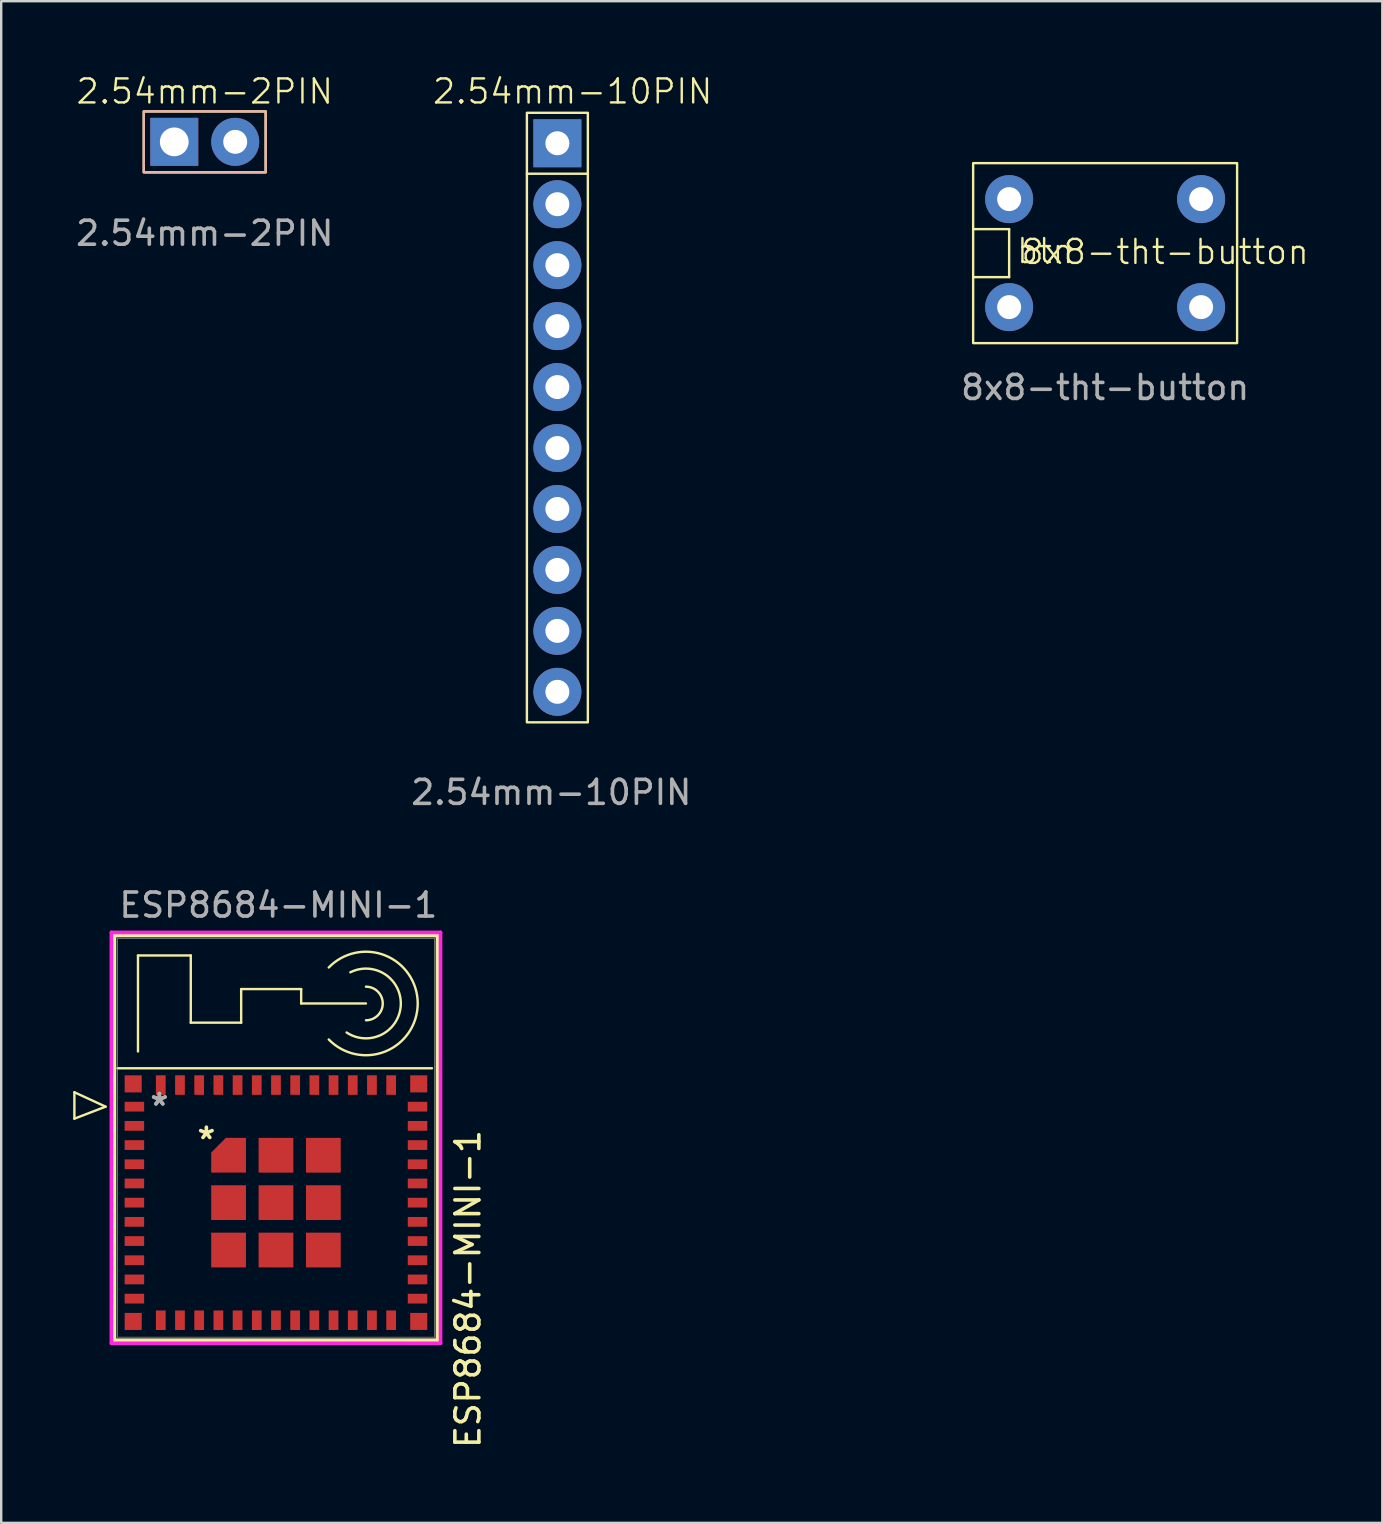
<source format=kicad_pcb>
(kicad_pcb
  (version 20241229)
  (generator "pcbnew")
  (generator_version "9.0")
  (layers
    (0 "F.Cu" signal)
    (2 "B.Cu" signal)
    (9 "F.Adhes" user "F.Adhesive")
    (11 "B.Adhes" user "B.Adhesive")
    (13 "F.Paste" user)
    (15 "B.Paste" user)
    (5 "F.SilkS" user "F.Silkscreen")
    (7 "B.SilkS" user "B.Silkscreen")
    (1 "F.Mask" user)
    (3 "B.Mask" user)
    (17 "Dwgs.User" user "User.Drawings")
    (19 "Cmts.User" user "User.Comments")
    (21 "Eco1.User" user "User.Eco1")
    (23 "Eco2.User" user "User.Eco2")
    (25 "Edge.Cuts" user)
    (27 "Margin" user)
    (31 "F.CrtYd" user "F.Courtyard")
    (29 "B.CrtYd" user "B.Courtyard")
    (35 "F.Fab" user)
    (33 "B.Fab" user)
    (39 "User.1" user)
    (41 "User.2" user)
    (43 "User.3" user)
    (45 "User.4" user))
  (footprint "2.54mm-2PIN"
    (layer "F.Cu")
    (at 5.482 2.861)
    (property "Reference" "2.54mm-2PIN" (at 0 -2.1 0) (unlocked yes) (layer "F.SilkS") (effects (font (size 1 1) (thickness 0.1))))
    (attr through_hole)
    (fp_rect (start -2.54 -1.27) (end 2.54 1.27) (stroke (width 0.1) (type default)) (fill no) (layer "F.SilkS"))
    (fp_rect (start -2.54 -1.27) (end 2.54 1.27) (stroke (width 0.1) (type default)) (fill no) (layer "B.SilkS"))
    (fp_text user "${REFERENCE}" (at 0 3.81 0) (unlocked yes) (layer "F.Fab") (effects (font (size 1 1) (thickness 0.15))))
    (pad "1" thru_hole rect (at -1.27 0) (size 2 2) (drill 1.2) (layers "*.Cu" "*.Mask"))
    (pad "2" thru_hole circle (at 1.27 0) (size 2 2) (drill 1) (layers "*.Cu" "*.Mask")))
  (footprint "8x8-tht-button"
    (layer "F.Cu")
    (at 43.003 7.498)
    (property "Reference" "8x8-tht-button" (at 2.5 -0.05 0) (unlocked yes) (layer "F.SilkS") (effects (font (size 1 1) (thickness 0.1))))
    (attr through_hole)
    (fp_line (start -4 -1) (end -5.5 -1) (stroke (width 0.1) (type default)) (layer "F.SilkS"))
    (fp_line (start -4 -1) (end -4 1) (stroke (width 0.1) (type default)) (layer "F.SilkS"))
    (fp_line (start -4 1) (end -5.5 1) (stroke (width 0.1) (type default)) (layer "F.SilkS"))
    (fp_rect (start -5.5 -3.75) (end 5.5 3.75) (stroke (width 0.1) (type default)) (fill no) (layer "F.SilkS"))
    (fp_line (start -4 -2.25) (end 4 -2.25) (stroke (width 0.1) (type default)) (layer "User.1"))
    (fp_line (start -4 2.25) (end 4 2.25) (stroke (width 0.1) (type default)) (layer "User.1"))
    (fp_line (start 0 -2.25) (end 0 -0.3) (stroke (width 0.1) (type default)) (layer "User.1"))
    (fp_line (start 0 1.15) (end -0.8 -0.15) (stroke (width 0.1) (type default)) (layer "User.1"))
    (fp_line (start 0 2.25) (end 0 1.15) (stroke (width 0.1) (type default)) (layer "User.1"))
    (fp_text user "btn" (at -3.75 0.5 0) (unlocked yes) (layer "F.SilkS") (effects (font (size 1 1) (thickness 0.1)) (justify left bottom)))
    (fp_text user "${REFERENCE}" (at 0 5.6 0) (unlocked yes) (layer "F.Fab") (effects (font (size 1 1) (thickness 0.15))))
    (dimension (type aligned) (layer "User.1") (pts (xy 39.003 5.248) (xy 47.003 5.248)) (height -3.25) (format (prefix "") (suffix "") (units 3) (units_format 1) (precision 4)) (style (thickness 0.1) (arrow_length 1.27) (text_position_mode 0) (arrow_direction outward) (extension_height 0.586) (extension_offset 0.5) (keep_text_aligned yes)) (gr_text "8.0000 mm" (at 43.003 0.848 0) (layer "User.1") (effects (font (size 1 1) (thickness 0.15)))))
    (dimension (type aligned) (layer "User.1") (pts (xy 39.003 5.248) (xy 39.003 9.748)) (height 3.7) (format (prefix "") (suffix "") (units 3) (units_format 1) (precision 4)) (style (thickness 0.1) (arrow_length 1.27) (text_position_mode 0) (arrow_direction outward) (extension_height 0.586) (extension_offset 0.5) (keep_text_aligned yes)) (gr_text "4.5000 mm" (at 34.153 7.498 90) (layer "User.1") (effects (font (size 1 1) (thickness 0.15)))))
    (pad "1" thru_hole circle (at -4 -2.25) (size 2 2) (drill 1) (layers "*.Cu" "*.Mask"))
    (pad "2" thru_hole circle (at 4 -2.25) (size 2 2) (drill 1) (layers "*.Cu" "*.Mask"))
    (pad "3" thru_hole circle (at 4 2.25) (size 2 2) (drill 1) (layers "*.Cu" "*.Mask"))
    (pad "4" thru_hole circle (at -4 2.25) (size 2 2) (drill 1) (layers "*.Cu" "*.Mask")))
  (footprint "2.54mm-10PIN"
    (layer "F.Cu")
    (at 20.177 15.62)
    (property "Reference" "2.54mm-10PIN" (at 0.635 -14.859 0) (unlocked yes) (layer "F.SilkS") (effects (font (size 1 1) (thickness 0.1))))
    (attr through_hole)
    (fp_line (start 1.27 -11.43) (end -1.27 -11.43) (stroke (width 0.1) (type default)) (layer "F.SilkS"))
    (fp_rect (start -1.27 -13.97) (end 1.27 11.43) (stroke (width 0.1) (type default)) (fill no) (layer "F.SilkS"))
    (fp_text user "${REFERENCE}" (at -0.254 14.351 0) (unlocked yes) (layer "F.Fab") (effects (font (size 1 1) (thickness 0.15))))
    (pad "1" thru_hole rect (at 0 -12.7) (size 2 2) (drill 1) (layers "*.Cu" "*.Mask"))
    (pad "2" thru_hole circle (at 0 -10.16) (size 2 2) (drill 1) (layers "*.Cu" "*.Mask"))
    (pad "3" thru_hole circle (at 0 -7.62) (size 2 2) (drill 1) (layers "*.Cu" "*.Mask"))
    (pad "4" thru_hole circle (at 0 -5.08) (size 2 2) (drill 1) (layers "*.Cu" "*.Mask"))
    (pad "5" thru_hole circle (at 0 -2.54) (size 2 2) (drill 1) (layers "*.Cu" "*.Mask"))
    (pad "6" thru_hole circle (at 0 0) (size 2 2) (drill 1) (layers "*.Cu" "*.Mask"))
    (pad "7" thru_hole circle (at 0 2.54) (size 2 2) (drill 1) (layers "*.Cu" "*.Mask"))
    (pad "8" thru_hole circle (at 0 5.08) (size 2 2) (drill 1) (layers "*.Cu" "*.Mask"))
    (pad "9" thru_hole circle (at 0 7.62) (size 2 2) (drill 1) (layers "*.Cu" "*.Mask"))
    (pad "10" thru_hole circle (at 0 10.16) (size 2 2) (drill 1) (layers "*.Cu" "*.Mask")))
  (footprint "ESP8684-MINI-1"
    (layer "F.Cu")
    (at 8.45 44.367)
    (property "Reference" "ESP8684-MINI-1" (at 8 6.3 90) (unlocked yes) (layer "F.SilkS") (effects (font (size 1 1) (thickness 0.15))))
    (attr smd)
    (fp_poly (pts (xy -1.251 0) (xy -2.089 0) (xy -2.699 0.611) (xy -2.699 1.449) (xy -1.251 1.449)) (stroke (width 0) (type solid)) (fill yes) (layer "F.Cu"))
    (fp_poly (pts (xy -1.251 0) (xy -2.089 0) (xy -2.699 0.611) (xy -2.699 1.449) (xy -1.251 1.449)) (stroke (width 0) (type solid)) (fill yes) (layer "F.Mask"))
    (fp_line (start -8.4 -1.9) (end -8.4 -0.8) (stroke (width 0.1) (type default)) (layer "F.SilkS"))
    (fp_line (start -8.4 -0.8) (end -7.1 -1.3) (stroke (width 0.1) (type default)) (layer "F.SilkS"))
    (fp_line (start -7.1 -1.3) (end -8.4 -1.9) (stroke (width 0.1) (type default)) (layer "F.SilkS"))
    (fp_line (start -6.731 -8.433) (end -6.731 8.433) (stroke (width 0.152) (type solid)) (layer "F.SilkS"))
    (fp_line (start -6.731 8.433) (end 6.731 8.433) (stroke (width 0.152) (type solid)) (layer "F.SilkS"))
    (fp_line (start -6.6 -2.9) (end 6.5 -2.9) (stroke (width 0.1) (type default)) (layer "F.SilkS"))
    (fp_line (start -5.75 -7.6) (end -3.55 -7.6) (stroke (width 0.1) (type default)) (layer "F.SilkS"))
    (fp_line (start -5.75 -3.6) (end -5.75 -7.6) (stroke (width 0.1) (type default)) (layer "F.SilkS"))
    (fp_line (start -3.55 -7.6) (end -3.55 -4.8) (stroke (width 0.1) (type default)) (layer "F.SilkS"))
    (fp_line (start -3.55 -4.8) (end -1.45 -4.8) (stroke (width 0.1) (type default)) (layer "F.SilkS"))
    (fp_line (start -1.45 -6.2) (end 1.05 -6.2) (stroke (width 0.1) (type default)) (layer "F.SilkS"))
    (fp_line (start -1.45 -4.8) (end -1.45 -6.2) (stroke (width 0.1) (type default)) (layer "F.SilkS"))
    (fp_line (start 1.05 -6.2) (end 1.05 -5.6) (stroke (width 0.1) (type default)) (layer "F.SilkS"))
    (fp_line (start 1.05 -5.6) (end 3.75 -5.6) (stroke (width 0.1) (type default)) (layer "F.SilkS"))
    (fp_line (start 6.731 -8.433) (end -6.731 -8.433) (stroke (width 0.152) (type solid)) (layer "F.SilkS"))
    (fp_line (start 6.731 8.433) (end 6.731 -8.433) (stroke (width 0.152) (type solid)) (layer "F.SilkS"))
    (fp_arc (start 2.2 -7.1) (mid 5.906965 -5.6) (end 2.2 -4.100001) (stroke (width 0.1) (type default)) (layer "F.SilkS"))
    (fp_arc (start 3.1 -6.9) (mid 5.200636 -5.509686) (end 2.943774 -4.390662) (stroke (width 0.1) (type default)) (layer "F.SilkS"))
    (fp_arc (start 3.75 -6.3) (mid 4.45 -5.6) (end 3.75 -4.9) (stroke (width 0.1) (type default)) (layer "F.SilkS"))
    (fp_poly (pts (xy -1.251 0) (xy -2.089 0) (xy -2.699 0.611) (xy -2.699 1.449) (xy -1.251 1.449)) (stroke (width 0) (type solid)) (fill yes) (layer "F.Paste"))
    (fp_line (start -6.858 -8.56) (end -6.858 8.56) (stroke (width 0.152) (type solid)) (layer "F.CrtYd"))
    (fp_line (start -6.858 8.56) (end 6.858 8.56) (stroke (width 0.152) (type solid)) (layer "F.CrtYd"))
    (fp_line (start 6.858 -8.56) (end -6.858 -8.56) (stroke (width 0.152) (type solid)) (layer "F.CrtYd"))
    (fp_line (start 6.858 8.56) (end 6.858 -8.56) (stroke (width 0.152) (type solid)) (layer "F.CrtYd"))
    (fp_line (start -6.604 -8.306) (end -6.604 8.306) (stroke (width 0.025) (type solid)) (layer "F.Fab"))
    (fp_line (start -6.604 8.306) (end 6.604 8.306) (stroke (width 0.025) (type solid)) (layer "F.Fab"))
    (fp_line (start 6.604 -8.306) (end -6.604 -8.306) (stroke (width 0.025) (type solid)) (layer "F.Fab"))
    (fp_line (start 6.604 8.306) (end 6.604 -8.306) (stroke (width 0.025) (type solid)) (layer "F.Fab"))
    (fp_text user "*" (at -2.9 0.1 0) (unlocked yes) (layer "F.SilkS") (effects (font (size 1 1) (thickness 0.15))))
    (fp_text user "*" (at -4.859 -1.3 0) (unlocked yes) (layer "F.Fab") (effects (font (size 1 1) (thickness 0.15))))
    (fp_text user "${REFERENCE}" (at 0.1 -9.7 0) (unlocked yes) (layer "F.Fab") (effects (font (size 1 1) (thickness 0.15))))
    (fp_text user "*" (at -4.859 -1.3 0) (layer "F.Fab") (effects (font (size 1 1) (thickness 0.15))))
    (pad "1" smd rect (at -5.9 -1.3) (size 0.813 0.406) (layers "F.Cu" "F.Mask" "F.Paste"))
    (pad "2" smd rect (at -5.9 -0.5) (size 0.813 0.406) (layers "F.Cu" "F.Mask" "F.Paste"))
    (pad "3" smd rect (at -5.9 0.3) (size 0.813 0.406) (layers "F.Cu" "F.Mask" "F.Paste"))
    (pad "4" smd rect (at -5.9 1.1) (size 0.813 0.406) (layers "F.Cu" "F.Mask" "F.Paste"))
    (pad "5" smd rect (at -5.9 1.9) (size 0.813 0.406) (layers "F.Cu" "F.Mask" "F.Paste"))
    (pad "6" smd rect (at -5.9 2.7) (size 0.813 0.406) (layers "F.Cu" "F.Mask" "F.Paste"))
    (pad "7" smd rect (at -5.9 3.5) (size 0.813 0.406) (layers "F.Cu" "F.Mask" "F.Paste"))
    (pad "8" smd rect (at -5.9 4.3) (size 0.813 0.406) (layers "F.Cu" "F.Mask" "F.Paste"))
    (pad "9" smd rect (at -5.9 5.1) (size 0.813 0.406) (layers "F.Cu" "F.Mask" "F.Paste"))
    (pad "10" smd rect (at -5.9 5.9) (size 0.813 0.406) (layers "F.Cu" "F.Mask" "F.Paste"))
    (pad "11" smd rect (at -5.9 6.7) (size 0.813 0.406) (layers "F.Cu" "F.Mask" "F.Paste"))
    (pad "12" smd rect (at -4.8 7.6 90) (size 0.813 0.406) (layers "F.Cu" "F.Mask" "F.Paste"))
    (pad "13" smd rect (at -4 7.6 90) (size 0.813 0.406) (layers "F.Cu" "F.Mask" "F.Paste"))
    (pad "14" smd rect (at -3.2 7.6 90) (size 0.813 0.406) (layers "F.Cu" "F.Mask" "F.Paste"))
    (pad "15" smd rect (at -2.4 7.6 90) (size 0.813 0.406) (layers "F.Cu" "F.Mask" "F.Paste"))
    (pad "16" smd rect (at -1.6 7.6 90) (size 0.813 0.406) (layers "F.Cu" "F.Mask" "F.Paste"))
    (pad "17" smd rect (at -0.8 7.6 90) (size 0.813 0.406) (layers "F.Cu" "F.Mask" "F.Paste"))
    (pad "18" smd rect (at 0 7.6 90) (size 0.813 0.406) (layers "F.Cu" "F.Mask" "F.Paste"))
    (pad "19" smd rect (at 0.8 7.6 90) (size 0.813 0.406) (layers "F.Cu" "F.Mask" "F.Paste"))
    (pad "20" smd rect (at 1.6 7.6 90) (size 0.813 0.406) (layers "F.Cu" "F.Mask" "F.Paste"))
    (pad "21" smd rect (at 2.4 7.6 90) (size 0.813 0.406) (layers "F.Cu" "F.Mask" "F.Paste"))
    (pad "22" smd rect (at 3.2 7.6 90) (size 0.813 0.406) (layers "F.Cu" "F.Mask" "F.Paste"))
    (pad "23" smd rect (at 4 7.6 90) (size 0.813 0.406) (layers "F.Cu" "F.Mask" "F.Paste"))
    (pad "24" smd rect (at 4.8 7.6 90) (size 0.813 0.406) (layers "F.Cu" "F.Mask" "F.Paste"))
    (pad "25" smd rect (at 5.9 6.7) (size 0.813 0.406) (layers "F.Cu" "F.Mask" "F.Paste"))
    (pad "26" smd rect (at 5.9 5.9) (size 0.813 0.406) (layers "F.Cu" "F.Mask" "F.Paste"))
    (pad "27" smd rect (at 5.9 5.1) (size 0.813 0.406) (layers "F.Cu" "F.Mask" "F.Paste"))
    (pad "28" smd rect (at 5.9 4.3) (size 0.813 0.406) (layers "F.Cu" "F.Mask" "F.Paste"))
    (pad "29" smd rect (at 5.9 3.5) (size 0.813 0.406) (layers "F.Cu" "F.Mask" "F.Paste"))
    (pad "30" smd rect (at 5.9 2.7) (size 0.813 0.406) (layers "F.Cu" "F.Mask" "F.Paste"))
    (pad "31" smd rect (at 5.9 1.9) (size 0.813 0.406) (layers "F.Cu" "F.Mask" "F.Paste"))
    (pad "32" smd rect (at 5.9 1.1) (size 0.813 0.406) (layers "F.Cu" "F.Mask" "F.Paste"))
    (pad "33" smd rect (at 5.9 0.3) (size 0.813 0.406) (layers "F.Cu" "F.Mask" "F.Paste"))
    (pad "34" smd rect (at 5.9 -0.5) (size 0.813 0.406) (layers "F.Cu" "F.Mask" "F.Paste"))
    (pad "35" smd rect (at 5.9 -1.3) (size 0.813 0.406) (layers "F.Cu" "F.Mask" "F.Paste"))
    (pad "36" smd rect (at 4.8 -2.2 90) (size 0.813 0.406) (layers "F.Cu" "F.Mask" "F.Paste"))
    (pad "37" smd rect (at 4 -2.2 90) (size 0.813 0.406) (layers "F.Cu" "F.Mask" "F.Paste"))
    (pad "38" smd rect (at 3.2 -2.2 90) (size 0.813 0.406) (layers "F.Cu" "F.Mask" "F.Paste"))
    (pad "39" smd rect (at 2.4 -2.2 90) (size 0.813 0.406) (layers "F.Cu" "F.Mask" "F.Paste"))
    (pad "40" smd rect (at 1.6 -2.2 90) (size 0.813 0.406) (layers "F.Cu" "F.Mask" "F.Paste"))
    (pad "41" smd rect (at 0.8 -2.2 90) (size 0.813 0.406) (layers "F.Cu" "F.Mask" "F.Paste"))
    (pad "42" smd rect (at 0 -2.2 90) (size 0.813 0.406) (layers "F.Cu" "F.Mask" "F.Paste"))
    (pad "43" smd rect (at -0.8 -2.2 90) (size 0.813 0.406) (layers "F.Cu" "F.Mask" "F.Paste"))
    (pad "44" smd rect (at -1.6 -2.2 90) (size 0.813 0.406) (layers "F.Cu" "F.Mask" "F.Paste"))
    (pad "45" smd rect (at -2.4 -2.2 90) (size 0.813 0.406) (layers "F.Cu" "F.Mask" "F.Paste"))
    (pad "46" smd rect (at -3.2 -2.2 90) (size 0.813 0.406) (layers "F.Cu" "F.Mask" "F.Paste"))
    (pad "47" smd rect (at -4 -2.2 90) (size 0.813 0.406) (layers "F.Cu" "F.Mask" "F.Paste"))
    (pad "48" smd rect (at -4.8 -2.2 90) (size 0.813 0.406) (layers "F.Cu" "F.Mask" "F.Paste"))
    (pad "49" smd rect (at 0 2.7) (size 1.448 1.448) (layers "F.Cu" "F.Mask" "F.Paste"))
    (pad "50" smd rect (at 5.95 -2.25) (size 0.711 0.711) (layers "F.Cu" "F.Mask" "F.Paste"))
    (pad "51" smd rect (at 5.95 7.65) (size 0.711 0.711) (layers "F.Cu" "F.Mask" "F.Paste"))
    (pad "52" smd rect (at -5.95 7.65) (size 0.711 0.711) (layers "F.Cu" "F.Mask" "F.Paste"))
    (pad "53" smd rect (at -5.95 -2.25) (size 0.711 0.711) (layers "F.Cu" "F.Mask" "F.Paste"))
    (pad "54" smd rect (at 1.975 0.725) (size 1.448 1.448) (layers "F.Cu" "F.Mask" "F.Paste"))
    (pad "55" smd rect (at 1.975 2.7) (size 1.448 1.448) (layers "F.Cu" "F.Mask" "F.Paste"))
    (pad "56" smd rect (at 1.975 4.675) (size 1.448 1.448) (layers "F.Cu" "F.Mask" "F.Paste"))
    (pad "57" smd rect (at 0 4.675) (size 1.448 1.448) (layers "F.Cu" "F.Mask" "F.Paste"))
    (pad "58" smd rect (at -1.975 4.675) (size 1.448 1.448) (layers "F.Cu" "F.Mask" "F.Paste"))
    (pad "59" smd rect (at -1.975 2.7) (size 1.448 1.448) (layers "F.Cu" "F.Mask" "F.Paste"))
    (pad "60" smd rect (at -2 0.7) (size 0.8 0.8) (layers "F.Cu" "F.Mask" "F.Paste"))
    (pad "61" smd rect (at 0 0.725) (size 1.448 1.448) (layers "F.Cu" "F.Mask" "F.Paste")))
  (gr_rect
    (start -3 -3)
    (end 54.553 60.411)
    (stroke (width 0.1) (type default))
    (fill no)
    (layer "Edge.Cuts")))
</source>
